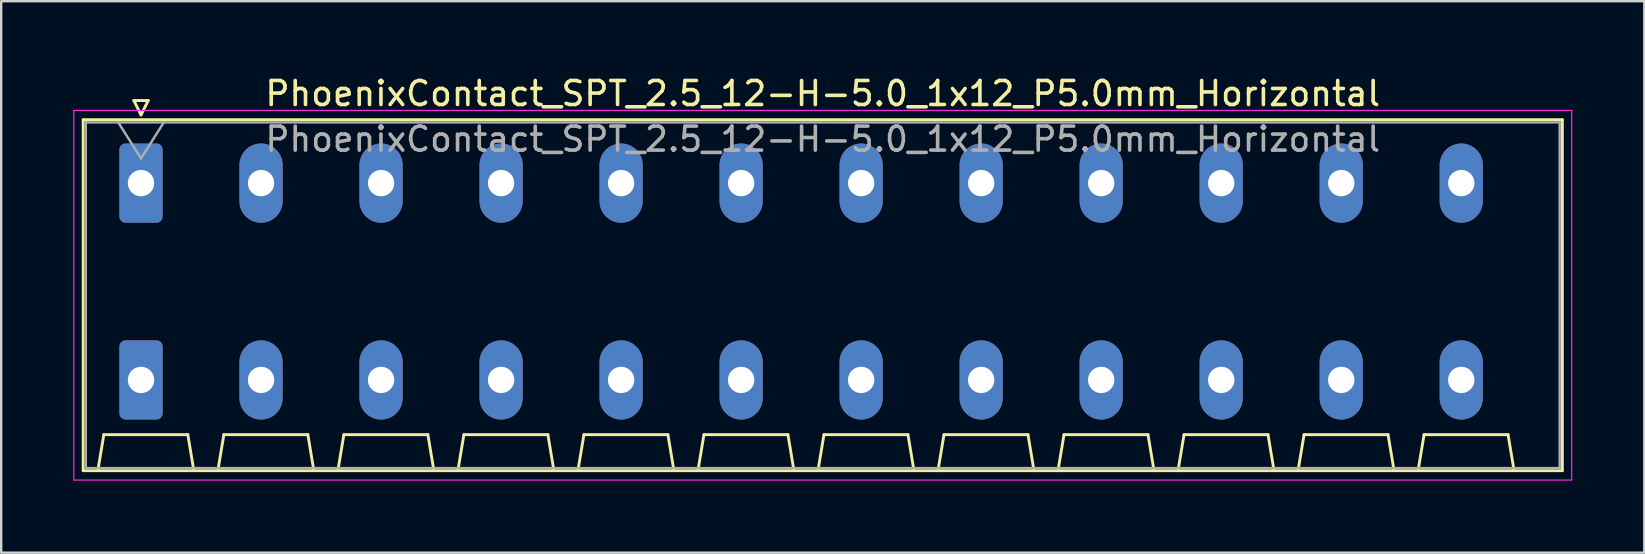
<source format=kicad_pcb>
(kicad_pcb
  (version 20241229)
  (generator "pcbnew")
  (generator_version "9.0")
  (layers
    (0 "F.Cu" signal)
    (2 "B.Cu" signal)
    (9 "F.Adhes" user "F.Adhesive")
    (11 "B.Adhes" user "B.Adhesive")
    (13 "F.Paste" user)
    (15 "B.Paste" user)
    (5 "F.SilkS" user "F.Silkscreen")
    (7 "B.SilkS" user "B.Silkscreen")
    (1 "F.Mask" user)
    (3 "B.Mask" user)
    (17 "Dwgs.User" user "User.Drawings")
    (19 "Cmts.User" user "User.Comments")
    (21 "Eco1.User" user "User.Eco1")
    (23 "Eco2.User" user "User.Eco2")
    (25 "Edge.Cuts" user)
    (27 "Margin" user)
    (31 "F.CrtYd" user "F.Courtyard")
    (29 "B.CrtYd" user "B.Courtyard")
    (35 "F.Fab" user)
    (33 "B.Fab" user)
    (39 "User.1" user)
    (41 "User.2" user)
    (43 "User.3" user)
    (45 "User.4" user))
  (footprint "PhoenixContact_SPT_2.5_12-H-5.0_1x12_P5.0mm_Horizontal"
    (layer "F.Cu")
    (at 2.825 4.578)
    (property "Reference" "PhoenixContact_SPT_2.5_12-H-5.0_1x12_P5.0mm_Horizontal" (at 28.4 -3.73 0) (layer "F.SilkS") (effects (font (size 1 1) (thickness 0.15))))
    (attr through_hole)
    (fp_line (start -2.41 -2.64) (end 59.21 -2.64) (stroke (width 0.12) (type solid)) (layer "F.SilkS"))
    (fp_line (start -2.41 11.98) (end -2.41 -2.64) (stroke (width 0.12) (type solid)) (layer "F.SilkS"))
    (fp_line (start -1.8 11.98) (end -1.55 10.48) (stroke (width 0.12) (type solid)) (layer "F.SilkS"))
    (fp_line (start -1.55 10.48) (end 1.95 10.48) (stroke (width 0.12) (type solid)) (layer "F.SilkS"))
    (fp_line (start -0.3 -3.44) (end 0 -2.84) (stroke (width 0.12) (type solid)) (layer "F.SilkS"))
    (fp_line (start -0.3 -3.44) (end 0.3 -3.44) (stroke (width 0.12) (type solid)) (layer "F.SilkS"))
    (fp_line (start 0.3 -3.44) (end 0 -2.84) (stroke (width 0.12) (type solid)) (layer "F.SilkS"))
    (fp_line (start 2.2 11.98) (end 1.95 10.48) (stroke (width 0.12) (type solid)) (layer "F.SilkS"))
    (fp_line (start 3.2 11.98) (end 3.45 10.48) (stroke (width 0.12) (type solid)) (layer "F.SilkS"))
    (fp_line (start 3.45 10.48) (end 6.95 10.48) (stroke (width 0.12) (type solid)) (layer "F.SilkS"))
    (fp_line (start 7.2 11.98) (end 6.95 10.48) (stroke (width 0.12) (type solid)) (layer "F.SilkS"))
    (fp_line (start 8.2 11.98) (end 8.45 10.48) (stroke (width 0.12) (type solid)) (layer "F.SilkS"))
    (fp_line (start 8.45 10.48) (end 11.95 10.48) (stroke (width 0.12) (type solid)) (layer "F.SilkS"))
    (fp_line (start 12.2 11.98) (end 11.95 10.48) (stroke (width 0.12) (type solid)) (layer "F.SilkS"))
    (fp_line (start 13.2 11.98) (end 13.45 10.48) (stroke (width 0.12) (type solid)) (layer "F.SilkS"))
    (fp_line (start 13.45 10.48) (end 16.95 10.48) (stroke (width 0.12) (type solid)) (layer "F.SilkS"))
    (fp_line (start 17.2 11.98) (end 16.95 10.48) (stroke (width 0.12) (type solid)) (layer "F.SilkS"))
    (fp_line (start 18.2 11.98) (end 18.45 10.48) (stroke (width 0.12) (type solid)) (layer "F.SilkS"))
    (fp_line (start 18.45 10.48) (end 21.95 10.48) (stroke (width 0.12) (type solid)) (layer "F.SilkS"))
    (fp_line (start 22.2 11.98) (end 21.95 10.48) (stroke (width 0.12) (type solid)) (layer "F.SilkS"))
    (fp_line (start 23.2 11.98) (end 23.45 10.48) (stroke (width 0.12) (type solid)) (layer "F.SilkS"))
    (fp_line (start 23.45 10.48) (end 26.95 10.48) (stroke (width 0.12) (type solid)) (layer "F.SilkS"))
    (fp_line (start 27.2 11.98) (end 26.95 10.48) (stroke (width 0.12) (type solid)) (layer "F.SilkS"))
    (fp_line (start 28.2 11.98) (end 28.45 10.48) (stroke (width 0.12) (type solid)) (layer "F.SilkS"))
    (fp_line (start 28.45 10.48) (end 31.95 10.48) (stroke (width 0.12) (type solid)) (layer "F.SilkS"))
    (fp_line (start 32.2 11.98) (end 31.95 10.48) (stroke (width 0.12) (type solid)) (layer "F.SilkS"))
    (fp_line (start 33.2 11.98) (end 33.45 10.48) (stroke (width 0.12) (type solid)) (layer "F.SilkS"))
    (fp_line (start 33.45 10.48) (end 36.95 10.48) (stroke (width 0.12) (type solid)) (layer "F.SilkS"))
    (fp_line (start 37.2 11.98) (end 36.95 10.48) (stroke (width 0.12) (type solid)) (layer "F.SilkS"))
    (fp_line (start 38.2 11.98) (end 38.45 10.48) (stroke (width 0.12) (type solid)) (layer "F.SilkS"))
    (fp_line (start 38.45 10.48) (end 41.95 10.48) (stroke (width 0.12) (type solid)) (layer "F.SilkS"))
    (fp_line (start 42.2 11.98) (end 41.95 10.48) (stroke (width 0.12) (type solid)) (layer "F.SilkS"))
    (fp_line (start 43.2 11.98) (end 43.45 10.48) (stroke (width 0.12) (type solid)) (layer "F.SilkS"))
    (fp_line (start 43.45 10.48) (end 46.95 10.48) (stroke (width 0.12) (type solid)) (layer "F.SilkS"))
    (fp_line (start 47.2 11.98) (end 46.95 10.48) (stroke (width 0.12) (type solid)) (layer "F.SilkS"))
    (fp_line (start 48.2 11.98) (end 48.45 10.48) (stroke (width 0.12) (type solid)) (layer "F.SilkS"))
    (fp_line (start 48.45 10.48) (end 51.95 10.48) (stroke (width 0.12) (type solid)) (layer "F.SilkS"))
    (fp_line (start 52.2 11.98) (end 51.95 10.48) (stroke (width 0.12) (type solid)) (layer "F.SilkS"))
    (fp_line (start 53.2 11.98) (end 53.45 10.48) (stroke (width 0.12) (type solid)) (layer "F.SilkS"))
    (fp_line (start 53.45 10.48) (end 56.95 10.48) (stroke (width 0.12) (type solid)) (layer "F.SilkS"))
    (fp_line (start 57.2 11.98) (end 56.95 10.48) (stroke (width 0.12) (type solid)) (layer "F.SilkS"))
    (fp_line (start 59.21 -2.64) (end 59.21 11.98) (stroke (width 0.12) (type solid)) (layer "F.SilkS"))
    (fp_line (start 59.21 11.98) (end -2.41 11.98) (stroke (width 0.12) (type solid)) (layer "F.SilkS"))
    (fp_line (start -2.8 -3.03) (end -2.8 12.37) (stroke (width 0.05) (type solid)) (layer "F.CrtYd"))
    (fp_line (start -2.8 12.37) (end 59.6 12.37) (stroke (width 0.05) (type solid)) (layer "F.CrtYd"))
    (fp_line (start 59.6 -3.03) (end -2.8 -3.03) (stroke (width 0.05) (type solid)) (layer "F.CrtYd"))
    (fp_line (start 59.6 12.37) (end 59.6 -3.03) (stroke (width 0.05) (type solid)) (layer "F.CrtYd"))
    (fp_line (start -2.3 -2.53) (end -2.3 11.87) (stroke (width 0.1) (type solid)) (layer "F.Fab"))
    (fp_line (start -2.3 11.87) (end 59.1 11.87) (stroke (width 0.1) (type solid)) (layer "F.Fab"))
    (fp_line (start -0.95 -2.53) (end 0 -1.03) (stroke (width 0.1) (type solid)) (layer "F.Fab"))
    (fp_line (start 0.95 -2.53) (end 0 -1.03) (stroke (width 0.1) (type solid)) (layer "F.Fab"))
    (fp_line (start 59.1 -2.53) (end -2.3 -2.53) (stroke (width 0.1) (type solid)) (layer "F.Fab"))
    (fp_line (start 59.1 11.87) (end 59.1 -2.53) (stroke (width 0.1) (type solid)) (layer "F.Fab"))
    (fp_text user "${REFERENCE}" (at 28.4 -1.83 0) (layer "F.Fab") (effects (font (size 1 1) (thickness 0.15))))
    (pad "1" thru_hole roundrect (at 0 0) (size 1.8 3.3) (drill 1.1) (layers "*.Cu" "*.Mask") (roundrect_rratio 0.139))
    (pad "1" thru_hole roundrect (at 0 8.2) (size 1.8 3.3) (drill 1.1) (layers "*.Cu" "*.Mask") (roundrect_rratio 0.139))
    (pad "2" thru_hole oval (at 5 0) (size 1.8 3.3) (drill 1.1) (layers "*.Cu" "*.Mask"))
    (pad "2" thru_hole oval (at 5 8.2) (size 1.8 3.3) (drill 1.1) (layers "*.Cu" "*.Mask"))
    (pad "3" thru_hole oval (at 10 0) (size 1.8 3.3) (drill 1.1) (layers "*.Cu" "*.Mask"))
    (pad "3" thru_hole oval (at 10 8.2) (size 1.8 3.3) (drill 1.1) (layers "*.Cu" "*.Mask"))
    (pad "4" thru_hole oval (at 15 0) (size 1.8 3.3) (drill 1.1) (layers "*.Cu" "*.Mask"))
    (pad "4" thru_hole oval (at 15 8.2) (size 1.8 3.3) (drill 1.1) (layers "*.Cu" "*.Mask"))
    (pad "5" thru_hole oval (at 20 0) (size 1.8 3.3) (drill 1.1) (layers "*.Cu" "*.Mask"))
    (pad "5" thru_hole oval (at 20 8.2) (size 1.8 3.3) (drill 1.1) (layers "*.Cu" "*.Mask"))
    (pad "6" thru_hole oval (at 25 0) (size 1.8 3.3) (drill 1.1) (layers "*.Cu" "*.Mask"))
    (pad "6" thru_hole oval (at 25 8.2) (size 1.8 3.3) (drill 1.1) (layers "*.Cu" "*.Mask"))
    (pad "7" thru_hole oval (at 30 0) (size 1.8 3.3) (drill 1.1) (layers "*.Cu" "*.Mask"))
    (pad "7" thru_hole oval (at 30 8.2) (size 1.8 3.3) (drill 1.1) (layers "*.Cu" "*.Mask"))
    (pad "8" thru_hole oval (at 35 0) (size 1.8 3.3) (drill 1.1) (layers "*.Cu" "*.Mask"))
    (pad "8" thru_hole oval (at 35 8.2) (size 1.8 3.3) (drill 1.1) (layers "*.Cu" "*.Mask"))
    (pad "9" thru_hole oval (at 40 0) (size 1.8 3.3) (drill 1.1) (layers "*.Cu" "*.Mask"))
    (pad "9" thru_hole oval (at 40 8.2) (size 1.8 3.3) (drill 1.1) (layers "*.Cu" "*.Mask"))
    (pad "10" thru_hole oval (at 45 0) (size 1.8 3.3) (drill 1.1) (layers "*.Cu" "*.Mask"))
    (pad "10" thru_hole oval (at 45 8.2) (size 1.8 3.3) (drill 1.1) (layers "*.Cu" "*.Mask"))
    (pad "11" thru_hole oval (at 50 0) (size 1.8 3.3) (drill 1.1) (layers "*.Cu" "*.Mask"))
    (pad "11" thru_hole oval (at 50 8.2) (size 1.8 3.3) (drill 1.1) (layers "*.Cu" "*.Mask"))
    (pad "12" thru_hole oval (at 55 0) (size 1.8 3.3) (drill 1.1) (layers "*.Cu" "*.Mask"))
    (pad "12" thru_hole oval (at 55 8.2) (size 1.8 3.3) (drill 1.1) (layers "*.Cu" "*.Mask")))
  (gr_rect
    (start -3 -3)
    (end 65.45 19.973)
    (stroke (width 0.1) (type default))
    (fill no)
    (layer "Edge.Cuts")))
</source>
